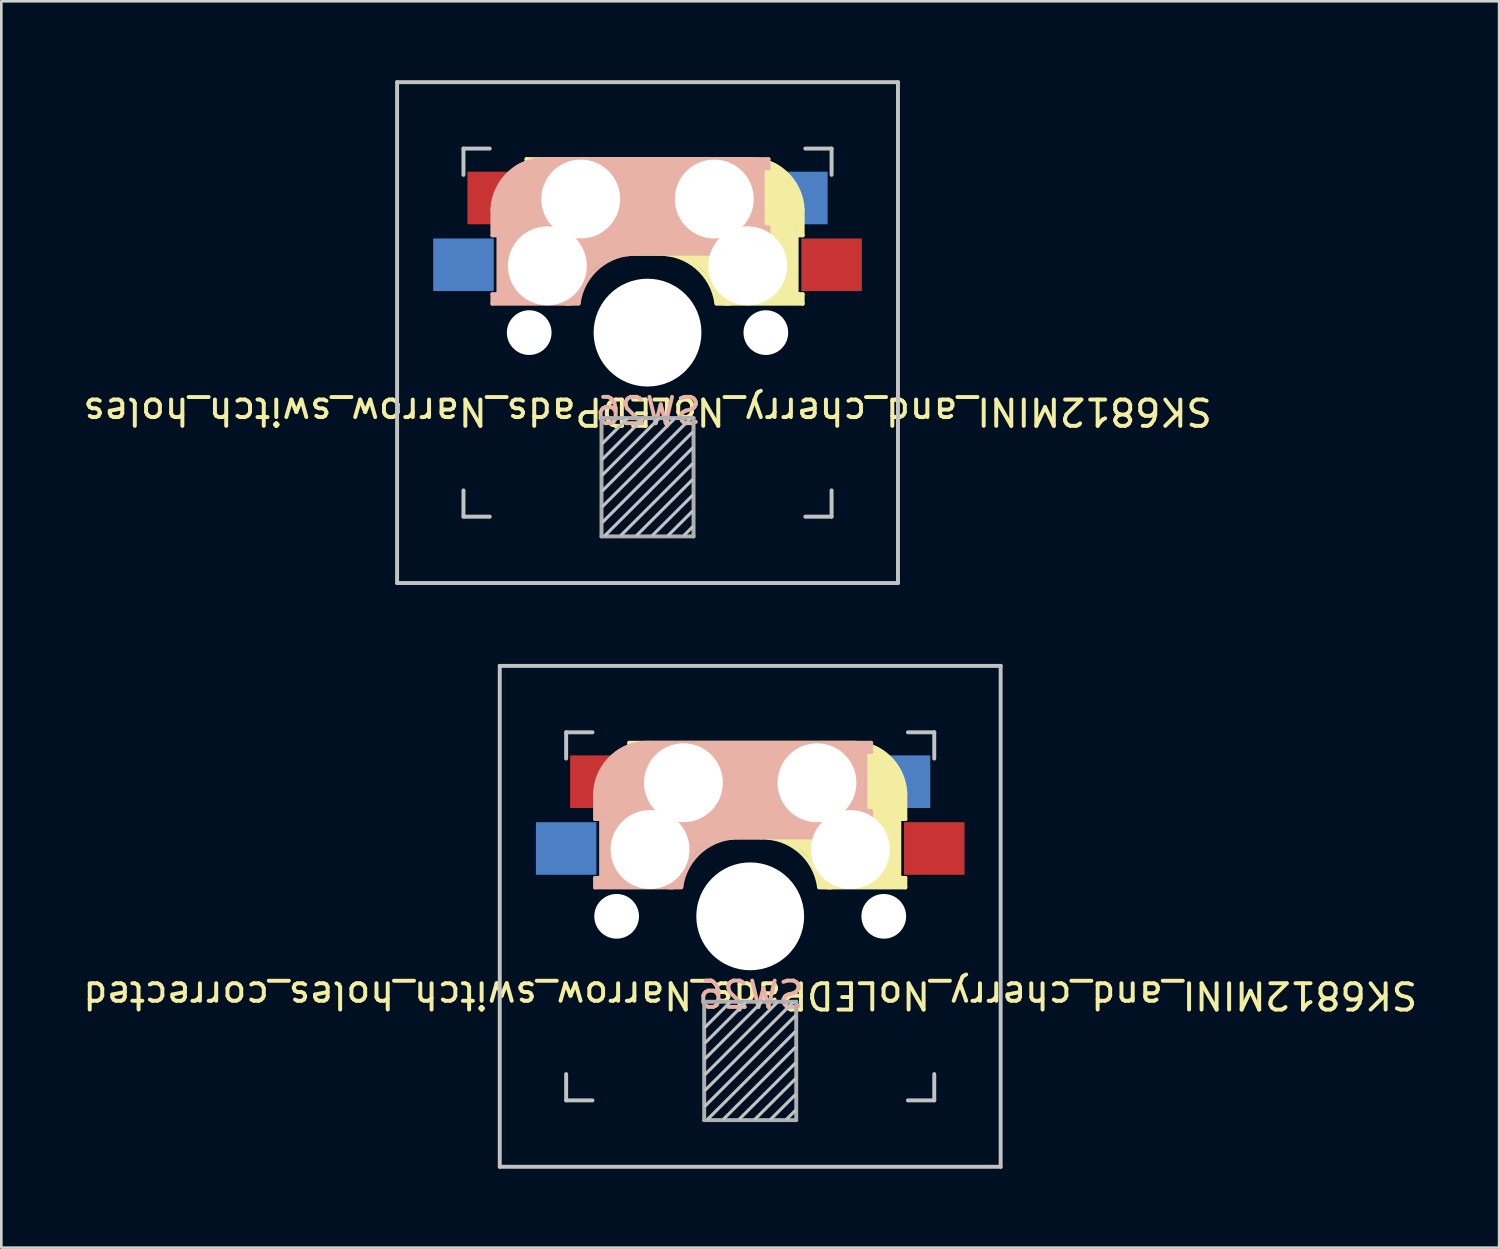
<source format=kicad_pcb>
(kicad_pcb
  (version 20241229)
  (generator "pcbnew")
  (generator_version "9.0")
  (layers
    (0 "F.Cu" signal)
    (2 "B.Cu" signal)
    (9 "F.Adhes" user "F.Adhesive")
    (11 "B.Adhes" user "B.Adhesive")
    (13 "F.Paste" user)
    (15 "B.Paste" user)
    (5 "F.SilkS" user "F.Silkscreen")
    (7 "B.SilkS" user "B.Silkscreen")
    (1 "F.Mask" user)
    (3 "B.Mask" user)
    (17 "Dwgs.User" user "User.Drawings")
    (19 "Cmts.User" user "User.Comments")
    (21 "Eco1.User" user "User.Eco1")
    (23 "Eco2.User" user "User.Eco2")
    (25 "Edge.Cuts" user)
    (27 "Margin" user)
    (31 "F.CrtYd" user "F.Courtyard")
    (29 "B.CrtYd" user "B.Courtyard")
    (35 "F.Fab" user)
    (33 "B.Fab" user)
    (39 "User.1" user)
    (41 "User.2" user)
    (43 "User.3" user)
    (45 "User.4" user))
  (footprint "SK6812MINI_and_cherry_NoLEDPads_Narrow_switch_holes_corrected"
    (layer "F.Cu")
    (at 25.482 31.8)
    (property "Reference" "SK6812MINI_and_cherry_NoLEDPads_Narrow_switch_holes_corrected" (at 0 3 180) (unlocked yes) (layer "F.SilkS") (effects (font (size 1 1) (thickness 0.15))))
    (attr through_hole)
    (fp_line (start -4.6 -6.6) (end 3.8 -6.6) (stroke (width 0.15) (type solid)) (layer "F.SilkS"))
    (fp_line (start -4.6 -6.25) (end -4.6 -6.6) (stroke (width 0.15) (type solid)) (layer "F.SilkS"))
    (fp_line (start -4.6 -4) (end -4.4 -4) (stroke (width 0.15) (type solid)) (layer "F.SilkS"))
    (fp_line (start -4.6 -3) (end -4.6 -4) (stroke (width 0.15) (type solid)) (layer "F.SilkS"))
    (fp_line (start -4.4 -6.4) (end -3 -6.4) (stroke (width 0.4) (type solid)) (layer "F.SilkS"))
    (fp_line (start -4.4 -6.25) (end -4.6 -6.25) (stroke (width 0.15) (type solid)) (layer "F.SilkS"))
    (fp_line (start -4.4 -3.9) (end -4.4 -3.2) (stroke (width 0.4) (type solid)) (layer "F.SilkS"))
    (fp_line (start -4.38 -4) (end -4.38 -6.25) (stroke (width 0.15) (type solid)) (layer "F.SilkS"))
    (fp_line (start -4.3 -3.3) (end -2.9 -3.3) (stroke (width 0.5) (type solid)) (layer "F.SilkS"))
    (fp_line (start -3.9 -6) (end -3.9 -3.5) (stroke (width 1) (type solid)) (layer "F.SilkS"))
    (fp_line (start -2.6 -4.8) (end 4.1 -4.8) (stroke (width 3.5) (type solid)) (layer "F.SilkS"))
    (fp_line (start 0.4 -3) (end -4.6 -3) (stroke (width 0.15) (type solid)) (layer "F.SilkS"))
    (fp_line (start 4.17 -5.1) (end 4.17 -2.86) (stroke (width 3) (type solid)) (layer "F.SilkS"))
    (fp_line (start 5.3 -1.6) (end 5.3 -3.4) (stroke (width 0.8) (type solid)) (layer "F.SilkS"))
    (fp_line (start 5.67 -3.7) (end 5.67 -1.46) (stroke (width 0.15) (type solid)) (layer "F.SilkS"))
    (fp_line (start 5.7 -1.46) (end 5.9 -1.46) (stroke (width 0.15) (type solid)) (layer "F.SilkS"))
    (fp_line (start 5.7 -1.3) (end 3 -1.3) (stroke (width 0.5) (type solid)) (layer "F.SilkS"))
    (fp_line (start 5.8 -3.8) (end 5.8 -4.7) (stroke (width 0.3) (type solid)) (layer "F.SilkS"))
    (fp_line (start 5.9 -4.7) (end 5.9 -3.7) (stroke (width 0.15) (type solid)) (layer "F.SilkS"))
    (fp_line (start 5.9 -3.7) (end 5.7 -3.7) (stroke (width 0.15) (type solid)) (layer "F.SilkS"))
    (fp_line (start 5.9 -1.1) (end 2.62 -1.1) (stroke (width 0.15) (type solid)) (layer "F.SilkS"))
    (fp_line (start 5.9 -1.1) (end 5.9 -1.46) (stroke (width 0.15) (type solid)) (layer "F.SilkS"))
    (fp_arc (start 0.4 -3) (mid 1.868709 -2.486118) (end 2.616318 -1.121471) (stroke (width 0.15) (type solid)) (layer "F.SilkS"))
    (fp_arc (start 0.8 -3.4) (mid 2.268709 -2.886118) (end 3.016318 -1.521471) (stroke (width 1) (type solid)) (layer "F.SilkS"))
    (fp_arc (start 3.8 -6.600001) (mid 5.243504 -6.084925) (end 5.900001 -4.7) (stroke (width 0.15) (type solid)) (layer "F.SilkS"))
    (fp_line (start -5.9 -4.7) (end -5.9 -3.7) (stroke (width 0.15) (type solid)) (layer "B.SilkS"))
    (fp_line (start -5.9 -3.7) (end -5.7 -3.7) (stroke (width 0.15) (type solid)) (layer "B.SilkS"))
    (fp_line (start -5.9 -1.1) (end -5.9 -1.46) (stroke (width 0.15) (type solid)) (layer "B.SilkS"))
    (fp_line (start -5.9 -1.1) (end -2.62 -1.1) (stroke (width 0.15) (type solid)) (layer "B.SilkS"))
    (fp_line (start -5.8 -3.8) (end -5.8 -4.7) (stroke (width 0.3) (type solid)) (layer "B.SilkS"))
    (fp_line (start -5.7 -1.46) (end -5.9 -1.46) (stroke (width 0.15) (type solid)) (layer "B.SilkS"))
    (fp_line (start -5.7 -1.3) (end -3 -1.3) (stroke (width 0.5) (type solid)) (layer "B.SilkS"))
    (fp_line (start -5.67 -3.7) (end -5.67 -1.46) (stroke (width 0.15) (type solid)) (layer "B.SilkS"))
    (fp_line (start -5.3 -1.6) (end -5.3 -3.4) (stroke (width 0.8) (type solid)) (layer "B.SilkS"))
    (fp_line (start -4.17 -5.1) (end -4.17 -2.86) (stroke (width 3) (type solid)) (layer "B.SilkS"))
    (fp_line (start -0.4 -3) (end 4.6 -3) (stroke (width 0.15) (type solid)) (layer "B.SilkS"))
    (fp_line (start 2.6 -4.8) (end -4.1 -4.8) (stroke (width 3.5) (type solid)) (layer "B.SilkS"))
    (fp_line (start 3.9 -6) (end 3.9 -3.5) (stroke (width 1) (type solid)) (layer "B.SilkS"))
    (fp_line (start 4.3 -3.3) (end 2.9 -3.3) (stroke (width 0.5) (type solid)) (layer "B.SilkS"))
    (fp_line (start 4.38 -4) (end 4.38 -6.25) (stroke (width 0.15) (type solid)) (layer "B.SilkS"))
    (fp_line (start 4.4 -6.4) (end 3 -6.4) (stroke (width 0.4) (type solid)) (layer "B.SilkS"))
    (fp_line (start 4.4 -6.25) (end 4.6 -6.25) (stroke (width 0.15) (type solid)) (layer "B.SilkS"))
    (fp_line (start 4.4 -3.9) (end 4.4 -3.2) (stroke (width 0.4) (type solid)) (layer "B.SilkS"))
    (fp_line (start 4.6 -6.6) (end -3.8 -6.6) (stroke (width 0.15) (type solid)) (layer "B.SilkS"))
    (fp_line (start 4.6 -6.25) (end 4.6 -6.6) (stroke (width 0.15) (type solid)) (layer "B.SilkS"))
    (fp_line (start 4.6 -4) (end 4.4 -4) (stroke (width 0.15) (type solid)) (layer "B.SilkS"))
    (fp_line (start 4.6 -3) (end 4.6 -4) (stroke (width 0.15) (type solid)) (layer "B.SilkS"))
    (fp_arc (start -5.9 -4.699999) (mid -5.243504 -6.084924) (end -3.800001 -6.6) (stroke (width 0.15) (type solid)) (layer "B.SilkS"))
    (fp_arc (start -3.016318 -1.521471) (mid -2.268709 -2.886118) (end -0.8 -3.4) (stroke (width 1) (type solid)) (layer "B.SilkS"))
    (fp_arc (start -2.616318 -1.121471) (mid -1.868709 -2.486118) (end -0.4 -3) (stroke (width 0.15) (type solid)) (layer "B.SilkS"))
    (fp_line (start -9.525 -9.525) (end 9.525 -9.525) (stroke (width 0.15) (type solid)) (layer "Dwgs.User"))
    (fp_line (start -9.525 9.525) (end -9.525 -9.525) (stroke (width 0.15) (type solid)) (layer "Dwgs.User"))
    (fp_line (start -7 -7) (end -6 -7) (stroke (width 0.15) (type solid)) (layer "Dwgs.User"))
    (fp_line (start -7 -6) (end -7 -7) (stroke (width 0.15) (type solid)) (layer "Dwgs.User"))
    (fp_line (start -7 6) (end -7 7) (stroke (width 0.15) (type solid)) (layer "Dwgs.User"))
    (fp_line (start -7 7) (end -6 7) (stroke (width 0.15) (type solid)) (layer "Dwgs.User"))
    (fp_line (start -0.8 3.3) (end -1.7 4.2) (stroke (width 0.12) (type solid)) (layer "Dwgs.User"))
    (fp_line (start -0.2 3.3) (end -1.7 4.8) (stroke (width 0.12) (type solid)) (layer "Dwgs.User"))
    (fp_line (start 0.4 3.3) (end -1.7 5.4) (stroke (width 0.12) (type solid)) (layer "Dwgs.User"))
    (fp_line (start 1 3.3) (end -1.7 6) (stroke (width 0.12) (type solid)) (layer "Dwgs.User"))
    (fp_line (start 1.6 3.3) (end -1.7 6.6) (stroke (width 0.12) (type solid)) (layer "Dwgs.User"))
    (fp_line (start 1.7 3.8) (end -1.7 7.2) (stroke (width 0.12) (type solid)) (layer "Dwgs.User"))
    (fp_line (start 1.7 4.4) (end -1.6 7.7) (stroke (width 0.12) (type solid)) (layer "Dwgs.User"))
    (fp_line (start 1.7 5) (end -1 7.7) (stroke (width 0.12) (type solid)) (layer "Dwgs.User"))
    (fp_line (start 1.7 5.6) (end -0.4 7.7) (stroke (width 0.12) (type solid)) (layer "Dwgs.User"))
    (fp_line (start 1.7 6.2) (end 0.2 7.7) (stroke (width 0.12) (type solid)) (layer "Dwgs.User"))
    (fp_line (start 1.7 6.8) (end 0.8 7.7) (stroke (width 0.12) (type solid)) (layer "Dwgs.User"))
    (fp_line (start 1.7 7.4) (end 1.4 7.7) (stroke (width 0.12) (type solid)) (layer "Dwgs.User"))
    (fp_line (start 6 7) (end 7 7) (stroke (width 0.15) (type solid)) (layer "Dwgs.User"))
    (fp_line (start 7 -7) (end 6 -7) (stroke (width 0.15) (type solid)) (layer "Dwgs.User"))
    (fp_line (start 7 -7) (end 7 -6) (stroke (width 0.15) (type solid)) (layer "Dwgs.User"))
    (fp_line (start 7 7) (end 7 6) (stroke (width 0.15) (type solid)) (layer "Dwgs.User"))
    (fp_line (start 9.525 -9.525) (end 9.525 9.525) (stroke (width 0.15) (type solid)) (layer "Dwgs.User"))
    (fp_line (start 9.525 9.525) (end -9.525 9.525) (stroke (width 0.15) (type solid)) (layer "Dwgs.User"))
    (fp_line (start -1.75 3.25) (end -1.75 7.75) (stroke (width 0.15) (type solid)) (layer "F.Fab"))
    (fp_line (start -1.75 3.25) (end 1.75 3.25) (stroke (width 0.15) (type solid)) (layer "F.Fab"))
    (fp_line (start 1.75 3.25) (end 1.75 7.75) (stroke (width 0.15) (type solid)) (layer "F.Fab"))
    (fp_line (start 1.75 7.75) (end -1.75 7.75) (stroke (width 0.15) (type solid)) (layer "F.Fab"))
    (fp_text user "SW26" (at 0.026 2.989 180) (layer "B.SilkS") (effects (font (size 1 1) (thickness 0.15)) (justify mirror)))
    (pad "" np_thru_hole circle (at -5.08 0) (size 1.7 1.7) (drill 1.7) (layers "*.Cu" "*.Mask"))
    (pad "" np_thru_hole circle (at -3.81 -2.54 180) (size 3 3) (drill 3) (layers "*.Cu" "*.Mask"))
    (pad "" np_thru_hole circle (at -2.54 -5.08 180) (size 3 3) (drill 3) (layers "*.Cu" "*.Mask"))
    (pad "" np_thru_hole circle (at 0 0 90) (size 4.1 4.1) (drill 4.1) (layers "*.Cu" "*.Mask"))
    (pad "" np_thru_hole circle (at 2.54 -5.08 180) (size 3 3) (drill 3) (layers "*.Cu" "*.Mask"))
    (pad "" np_thru_hole circle (at 3.81 -2.54 180) (size 3 3) (drill 3) (layers "*.Cu" "*.Mask"))
    (pad "" np_thru_hole circle (at 5.08 0) (size 1.7 1.7) (drill 1.7) (layers "*.Cu" "*.Mask"))
    (pad "5" smd rect (at -7 -2.58 180) (size 2.3 2) (layers "B.Cu" "B.Mask" "B.Paste"))
    (pad "5" smd rect (at 7 -2.58 180) (size 2.3 2) (layers "F.Cu" "F.Mask" "F.Paste"))
    (pad "6" smd rect (at -5.7 -5.12 180) (size 2.3 2) (layers "F.Cu" "F.Mask"))
    (pad "6" smd rect (at 5.7 -5.12 180) (size 2.3 2) (layers "B.Cu" "B.Mask" "B.Paste")))
  (footprint "SK6812MINI_and_cherry_NoLEDPads_Narrow_switch_holes"
    (layer "F.Cu")
    (at 21.577 9.6)
    (property "Reference" "SK6812MINI_and_cherry_NoLEDPads_Narrow_switch_holes" (at 0 3 180) (unlocked yes) (layer "F.SilkS") (effects (font (size 1 1) (thickness 0.15))))
    (attr through_hole)
    (fp_line (start -4.6 -6.6) (end 3.8 -6.6) (stroke (width 0.15) (type solid)) (layer "F.SilkS"))
    (fp_line (start -4.6 -6.25) (end -4.6 -6.6) (stroke (width 0.15) (type solid)) (layer "F.SilkS"))
    (fp_line (start -4.6 -4) (end -4.4 -4) (stroke (width 0.15) (type solid)) (layer "F.SilkS"))
    (fp_line (start -4.6 -3) (end -4.6 -4) (stroke (width 0.15) (type solid)) (layer "F.SilkS"))
    (fp_line (start -4.4 -6.4) (end -3 -6.4) (stroke (width 0.4) (type solid)) (layer "F.SilkS"))
    (fp_line (start -4.4 -6.25) (end -4.6 -6.25) (stroke (width 0.15) (type solid)) (layer "F.SilkS"))
    (fp_line (start -4.4 -3.9) (end -4.4 -3.2) (stroke (width 0.4) (type solid)) (layer "F.SilkS"))
    (fp_line (start -4.38 -4) (end -4.38 -6.25) (stroke (width 0.15) (type solid)) (layer "F.SilkS"))
    (fp_line (start -4.3 -3.3) (end -2.9 -3.3) (stroke (width 0.5) (type solid)) (layer "F.SilkS"))
    (fp_line (start -3.9 -6) (end -3.9 -3.5) (stroke (width 1) (type solid)) (layer "F.SilkS"))
    (fp_line (start -2.6 -4.8) (end 4.1 -4.8) (stroke (width 3.5) (type solid)) (layer "F.SilkS"))
    (fp_line (start 0.4 -3) (end -4.6 -3) (stroke (width 0.15) (type solid)) (layer "F.SilkS"))
    (fp_line (start 4.17 -5.1) (end 4.17 -2.86) (stroke (width 3) (type solid)) (layer "F.SilkS"))
    (fp_line (start 5.3 -1.6) (end 5.3 -3.4) (stroke (width 0.8) (type solid)) (layer "F.SilkS"))
    (fp_line (start 5.67 -3.7) (end 5.67 -1.46) (stroke (width 0.15) (type solid)) (layer "F.SilkS"))
    (fp_line (start 5.7 -1.46) (end 5.9 -1.46) (stroke (width 0.15) (type solid)) (layer "F.SilkS"))
    (fp_line (start 5.7 -1.3) (end 3 -1.3) (stroke (width 0.5) (type solid)) (layer "F.SilkS"))
    (fp_line (start 5.8 -3.8) (end 5.8 -4.7) (stroke (width 0.3) (type solid)) (layer "F.SilkS"))
    (fp_line (start 5.9 -4.7) (end 5.9 -3.7) (stroke (width 0.15) (type solid)) (layer "F.SilkS"))
    (fp_line (start 5.9 -3.7) (end 5.7 -3.7) (stroke (width 0.15) (type solid)) (layer "F.SilkS"))
    (fp_line (start 5.9 -1.1) (end 2.62 -1.1) (stroke (width 0.15) (type solid)) (layer "F.SilkS"))
    (fp_line (start 5.9 -1.1) (end 5.9 -1.46) (stroke (width 0.15) (type solid)) (layer "F.SilkS"))
    (fp_arc (start 0.4 -3) (mid 1.868709 -2.486118) (end 2.616318 -1.121471) (stroke (width 0.15) (type solid)) (layer "F.SilkS"))
    (fp_arc (start 0.8 -3.4) (mid 2.268709 -2.886118) (end 3.016318 -1.521471) (stroke (width 1) (type solid)) (layer "F.SilkS"))
    (fp_arc (start 3.8 -6.600001) (mid 5.243504 -6.084925) (end 5.900001 -4.7) (stroke (width 0.15) (type solid)) (layer "F.SilkS"))
    (fp_line (start -5.9 -4.7) (end -5.9 -3.7) (stroke (width 0.15) (type solid)) (layer "B.SilkS"))
    (fp_line (start -5.9 -3.7) (end -5.7 -3.7) (stroke (width 0.15) (type solid)) (layer "B.SilkS"))
    (fp_line (start -5.9 -1.1) (end -5.9 -1.46) (stroke (width 0.15) (type solid)) (layer "B.SilkS"))
    (fp_line (start -5.9 -1.1) (end -2.62 -1.1) (stroke (width 0.15) (type solid)) (layer "B.SilkS"))
    (fp_line (start -5.8 -3.8) (end -5.8 -4.7) (stroke (width 0.3) (type solid)) (layer "B.SilkS"))
    (fp_line (start -5.7 -1.46) (end -5.9 -1.46) (stroke (width 0.15) (type solid)) (layer "B.SilkS"))
    (fp_line (start -5.7 -1.3) (end -3 -1.3) (stroke (width 0.5) (type solid)) (layer "B.SilkS"))
    (fp_line (start -5.67 -3.7) (end -5.67 -1.46) (stroke (width 0.15) (type solid)) (layer "B.SilkS"))
    (fp_line (start -5.3 -1.6) (end -5.3 -3.4) (stroke (width 0.8) (type solid)) (layer "B.SilkS"))
    (fp_line (start -4.17 -5.1) (end -4.17 -2.86) (stroke (width 3) (type solid)) (layer "B.SilkS"))
    (fp_line (start -0.4 -3) (end 4.6 -3) (stroke (width 0.15) (type solid)) (layer "B.SilkS"))
    (fp_line (start 2.6 -4.8) (end -4.1 -4.8) (stroke (width 3.5) (type solid)) (layer "B.SilkS"))
    (fp_line (start 3.9 -6) (end 3.9 -3.5) (stroke (width 1) (type solid)) (layer "B.SilkS"))
    (fp_line (start 4.3 -3.3) (end 2.9 -3.3) (stroke (width 0.5) (type solid)) (layer "B.SilkS"))
    (fp_line (start 4.38 -4) (end 4.38 -6.25) (stroke (width 0.15) (type solid)) (layer "B.SilkS"))
    (fp_line (start 4.4 -6.4) (end 3 -6.4) (stroke (width 0.4) (type solid)) (layer "B.SilkS"))
    (fp_line (start 4.4 -6.25) (end 4.6 -6.25) (stroke (width 0.15) (type solid)) (layer "B.SilkS"))
    (fp_line (start 4.4 -3.9) (end 4.4 -3.2) (stroke (width 0.4) (type solid)) (layer "B.SilkS"))
    (fp_line (start 4.6 -6.6) (end -3.8 -6.6) (stroke (width 0.15) (type solid)) (layer "B.SilkS"))
    (fp_line (start 4.6 -6.25) (end 4.6 -6.6) (stroke (width 0.15) (type solid)) (layer "B.SilkS"))
    (fp_line (start 4.6 -4) (end 4.4 -4) (stroke (width 0.15) (type solid)) (layer "B.SilkS"))
    (fp_line (start 4.6 -3) (end 4.6 -4) (stroke (width 0.15) (type solid)) (layer "B.SilkS"))
    (fp_arc (start -5.9 -4.699999) (mid -5.243504 -6.084924) (end -3.800001 -6.6) (stroke (width 0.15) (type solid)) (layer "B.SilkS"))
    (fp_arc (start -3.016318 -1.521471) (mid -2.268709 -2.886118) (end -0.8 -3.4) (stroke (width 1) (type solid)) (layer "B.SilkS"))
    (fp_arc (start -2.616318 -1.121471) (mid -1.868709 -2.486118) (end -0.4 -3) (stroke (width 0.15) (type solid)) (layer "B.SilkS"))
    (fp_line (start -9.525 -9.525) (end 9.525 -9.525) (stroke (width 0.15) (type solid)) (layer "Dwgs.User"))
    (fp_line (start -9.525 9.525) (end -9.525 -9.525) (stroke (width 0.15) (type solid)) (layer "Dwgs.User"))
    (fp_line (start -7 -7) (end -6 -7) (stroke (width 0.15) (type solid)) (layer "Dwgs.User"))
    (fp_line (start -7 -6) (end -7 -7) (stroke (width 0.15) (type solid)) (layer "Dwgs.User"))
    (fp_line (start -7 6) (end -7 7) (stroke (width 0.15) (type solid)) (layer "Dwgs.User"))
    (fp_line (start -7 7) (end -6 7) (stroke (width 0.15) (type solid)) (layer "Dwgs.User"))
    (fp_line (start -0.8 3.3) (end -1.7 4.2) (stroke (width 0.12) (type solid)) (layer "Dwgs.User"))
    (fp_line (start -0.2 3.3) (end -1.7 4.8) (stroke (width 0.12) (type solid)) (layer "Dwgs.User"))
    (fp_line (start 0.4 3.3) (end -1.7 5.4) (stroke (width 0.12) (type solid)) (layer "Dwgs.User"))
    (fp_line (start 1 3.3) (end -1.7 6) (stroke (width 0.12) (type solid)) (layer "Dwgs.User"))
    (fp_line (start 1.6 3.3) (end -1.7 6.6) (stroke (width 0.12) (type solid)) (layer "Dwgs.User"))
    (fp_line (start 1.7 3.8) (end -1.7 7.2) (stroke (width 0.12) (type solid)) (layer "Dwgs.User"))
    (fp_line (start 1.7 4.4) (end -1.6 7.7) (stroke (width 0.12) (type solid)) (layer "Dwgs.User"))
    (fp_line (start 1.7 5) (end -1 7.7) (stroke (width 0.12) (type solid)) (layer "Dwgs.User"))
    (fp_line (start 1.7 5.6) (end -0.4 7.7) (stroke (width 0.12) (type solid)) (layer "Dwgs.User"))
    (fp_line (start 1.7 6.2) (end 0.2 7.7) (stroke (width 0.12) (type solid)) (layer "Dwgs.User"))
    (fp_line (start 1.7 6.8) (end 0.8 7.7) (stroke (width 0.12) (type solid)) (layer "Dwgs.User"))
    (fp_line (start 1.7 7.4) (end 1.4 7.7) (stroke (width 0.12) (type solid)) (layer "Dwgs.User"))
    (fp_line (start 6 7) (end 7 7) (stroke (width 0.15) (type solid)) (layer "Dwgs.User"))
    (fp_line (start 7 -7) (end 6 -7) (stroke (width 0.15) (type solid)) (layer "Dwgs.User"))
    (fp_line (start 7 -7) (end 7 -6) (stroke (width 0.15) (type solid)) (layer "Dwgs.User"))
    (fp_line (start 7 7) (end 7 6) (stroke (width 0.15) (type solid)) (layer "Dwgs.User"))
    (fp_line (start 9.525 -9.525) (end 9.525 9.525) (stroke (width 0.15) (type solid)) (layer "Dwgs.User"))
    (fp_line (start 9.525 9.525) (end -9.525 9.525) (stroke (width 0.15) (type solid)) (layer "Dwgs.User"))
    (fp_line (start -1.75 3.25) (end -1.75 7.75) (stroke (width 0.15) (type solid)) (layer "F.Fab"))
    (fp_line (start -1.75 3.25) (end 1.75 3.25) (stroke (width 0.15) (type solid)) (layer "F.Fab"))
    (fp_line (start 1.75 3.25) (end 1.75 7.75) (stroke (width 0.15) (type solid)) (layer "F.Fab"))
    (fp_line (start 1.75 7.75) (end -1.75 7.75) (stroke (width 0.15) (type solid)) (layer "F.Fab"))
    (fp_text user "SW26" (at 0.026 2.989 180) (layer "B.SilkS") (effects (font (size 1 1) (thickness 0.15)) (justify mirror)))
    (pad "" np_thru_hole circle (at -4.5 0) (size 1.7 1.7) (drill 1.7) (layers "*.Cu" "*.Mask"))
    (pad "" np_thru_hole circle (at -3.81 -2.54 180) (size 3 3) (drill 3) (layers "*.Cu" "*.Mask"))
    (pad "" np_thru_hole circle (at -2.54 -5.08 180) (size 3 3) (drill 3) (layers "*.Cu" "*.Mask"))
    (pad "" np_thru_hole circle (at 0 0 90) (size 4.1 4.1) (drill 4.1) (layers "*.Cu" "*.Mask"))
    (pad "" np_thru_hole circle (at 2.54 -5.08 180) (size 3 3) (drill 3) (layers "*.Cu" "*.Mask"))
    (pad "" np_thru_hole circle (at 3.81 -2.54 180) (size 3 3) (drill 3) (layers "*.Cu" "*.Mask"))
    (pad "" np_thru_hole circle (at 4.5 0) (size 1.7 1.7) (drill 1.7) (layers "*.Cu" "*.Mask"))
    (pad "5" smd rect (at -7 -2.58 180) (size 2.3 2) (layers "B.Cu" "B.Mask" "B.Paste"))
    (pad "5" smd rect (at 7 -2.58 180) (size 2.3 2) (layers "F.Cu" "F.Mask" "F.Paste"))
    (pad "6" smd rect (at -5.7 -5.12 180) (size 2.3 2) (layers "F.Cu" "F.Mask"))
    (pad "6" smd rect (at 5.7 -5.12 180) (size 2.3 2) (layers "B.Cu" "B.Mask" "B.Paste")))
  (gr_rect
    (start -3 -3)
    (end 53.964 44.4)
    (stroke (width 0.1) (type default))
    (fill no)
    (layer "Edge.Cuts")))
</source>
